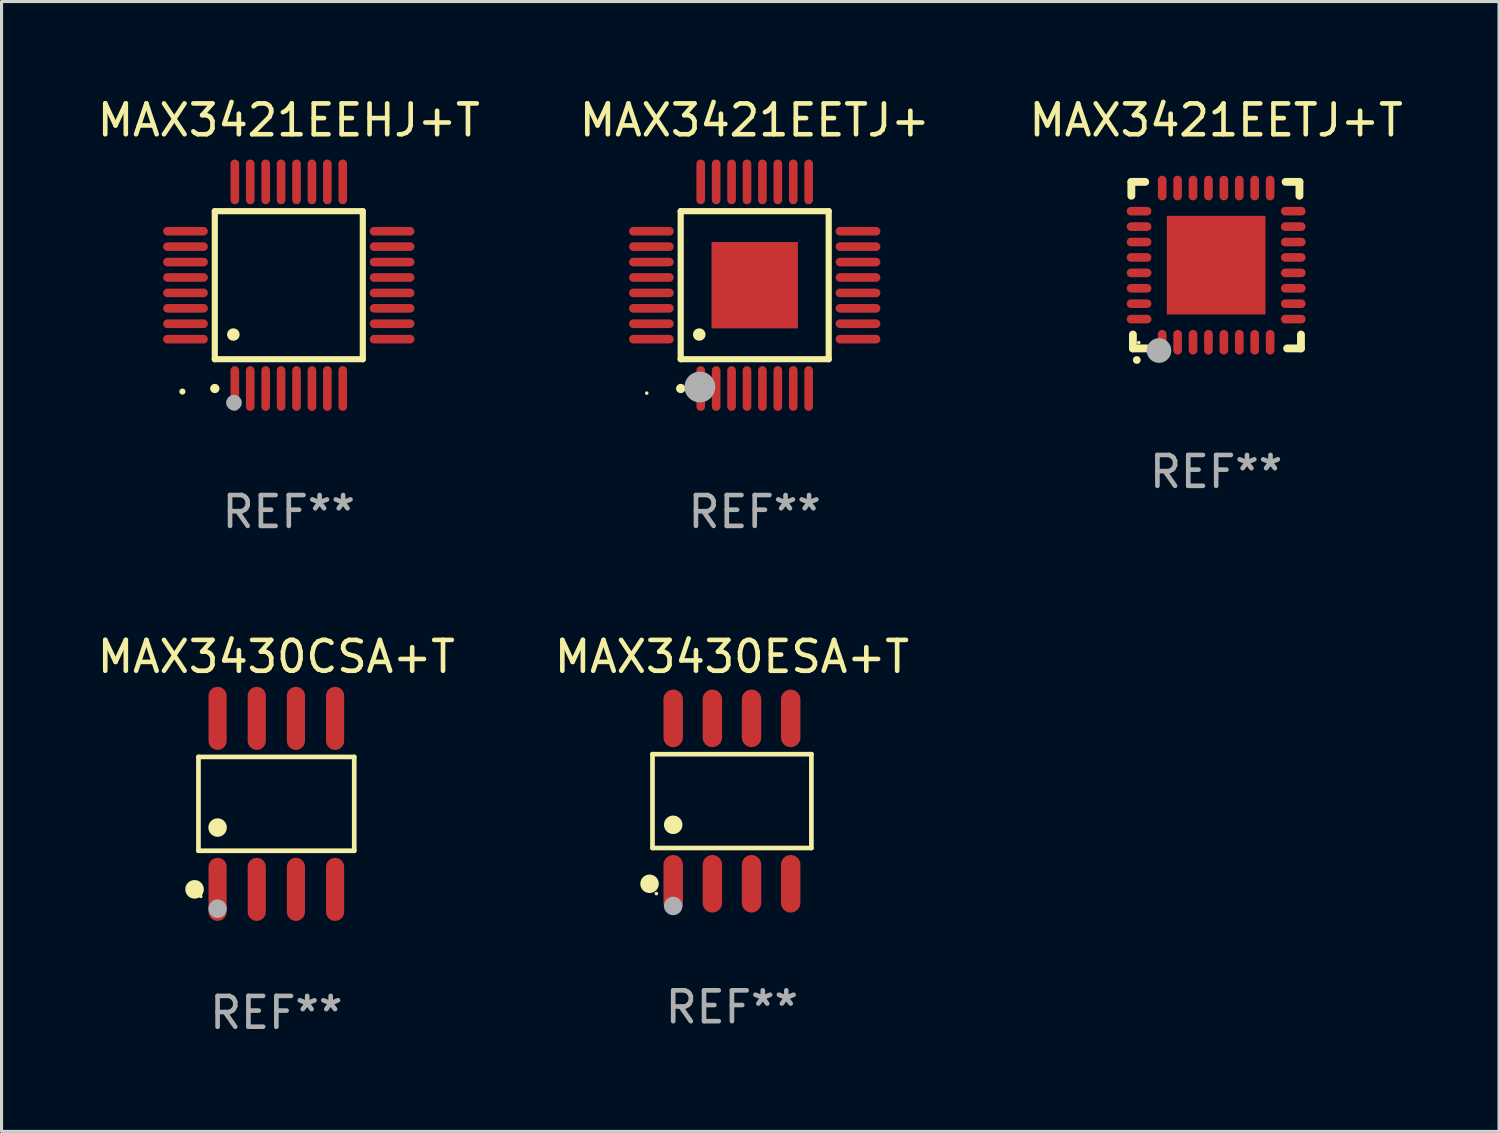
<source format=kicad_pcb>
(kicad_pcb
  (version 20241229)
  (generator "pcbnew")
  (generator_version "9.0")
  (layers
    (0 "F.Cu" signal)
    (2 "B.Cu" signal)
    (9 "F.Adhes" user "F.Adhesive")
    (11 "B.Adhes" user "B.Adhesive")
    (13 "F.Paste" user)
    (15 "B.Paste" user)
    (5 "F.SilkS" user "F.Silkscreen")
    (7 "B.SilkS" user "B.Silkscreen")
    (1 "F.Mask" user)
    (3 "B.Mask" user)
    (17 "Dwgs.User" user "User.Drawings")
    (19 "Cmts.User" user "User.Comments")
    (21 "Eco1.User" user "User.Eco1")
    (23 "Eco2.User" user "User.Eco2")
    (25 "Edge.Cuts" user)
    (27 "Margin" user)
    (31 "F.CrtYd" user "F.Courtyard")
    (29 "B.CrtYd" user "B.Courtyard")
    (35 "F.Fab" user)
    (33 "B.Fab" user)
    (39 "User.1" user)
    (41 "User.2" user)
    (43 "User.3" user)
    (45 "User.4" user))
  (footprint "MAX3430ESA+T"
    (layer "F.Cu")
    (at 20.685 22.927)
    (property "Reference" "MAX3430ESA+T" (at 0 -4.682 0) (layer "F.SilkS") (effects (font (size 1 1) (thickness 0.15))))
    (attr through_hole)
    (fp_line (start -2.576 -1.521) (end 2.576 -1.521) (stroke (width 0.152) (type solid)) (layer "F.SilkS"))
    (fp_line (start -2.576 1.521) (end -2.576 -1.521) (stroke (width 0.152) (type solid)) (layer "F.SilkS"))
    (fp_line (start 2.576 -1.521) (end 2.576 1.521) (stroke (width 0.152) (type solid)) (layer "F.SilkS"))
    (fp_line (start 2.576 1.521) (end -2.576 1.521) (stroke (width 0.152) (type solid)) (layer "F.SilkS"))
    (fp_circle (center -2.672 2.682) (end -2.522 2.682) (stroke (width 0.3) (type solid)) (fill no) (layer "F.SilkS"))
    (fp_circle (center -2.45 3) (end -2.42 3) (stroke (width 0.06) (type solid)) (fill no) (layer "F.SilkS"))
    (fp_circle (center -1.905 0.769) (end -1.755 0.769) (stroke (width 0.3) (type solid)) (fill no) (layer "F.SilkS"))
    (fp_circle (center -1.905 3.4) (end -1.755 3.4) (stroke (width 0.3) (type solid)) (fill no) (layer "F.Fab"))
    (fp_text user "REF**" (at 0 6.682 0) (layer "F.Fab") (effects (font (size 1 1) (thickness 0.15))))
    (pad "1" smd oval (at -1.905 2.682) (size 0.63 1.865) (layers "F.Cu" "F.Mask" "F.Paste"))
    (pad "2" smd oval (at -0.635 2.682) (size 0.63 1.865) (layers "F.Cu" "F.Mask" "F.Paste"))
    (pad "3" smd oval (at 0.635 2.682) (size 0.63 1.865) (layers "F.Cu" "F.Mask" "F.Paste"))
    (pad "4" smd oval (at 1.905 2.682) (size 0.63 1.865) (layers "F.Cu" "F.Mask" "F.Paste"))
    (pad "5" smd oval (at 1.905 -2.682) (size 0.63 1.865) (layers "F.Cu" "F.Mask" "F.Paste"))
    (pad "6" smd oval (at 0.635 -2.682) (size 0.63 1.865) (layers "F.Cu" "F.Mask" "F.Paste"))
    (pad "7" smd oval (at -0.635 -2.682) (size 0.63 1.865) (layers "F.Cu" "F.Mask" "F.Paste"))
    (pad "8" smd oval (at -1.905 -2.682) (size 0.63 1.865) (layers "F.Cu" "F.Mask" "F.Paste")))
  (footprint "MAX3421EEHJ+T"
    (layer "F.Cu")
    (at 6.315 6.198)
    (property "Reference" "MAX3421EEHJ+T" (at 0 -5.35 0) (layer "F.SilkS") (effects (font (size 1 1) (thickness 0.15))))
    (attr through_hole)
    (fp_line (start -2.4 -2.4) (end -2.4 2.4) (stroke (width 0.2) (type solid)) (layer "F.SilkS"))
    (fp_line (start -2.4 2.4) (end 2.4 2.4) (stroke (width 0.2) (type solid)) (layer "F.SilkS"))
    (fp_line (start 2.4 -2.4) (end -2.4 -2.4) (stroke (width 0.2) (type solid)) (layer "F.SilkS"))
    (fp_line (start 2.4 2.4) (end 2.4 -2.4) (stroke (width 0.2) (type solid)) (layer "F.SilkS"))
    (fp_arc (start -2.400305 3.350267) (mid -2.399035 3.350262) (end -2.397765 3.350267) (stroke (width 0.3) (type solid)) (layer "F.SilkS"))
    (fp_arc (start -1.800864 1.600203) (mid -1.798324 1.600187) (end -1.795784 1.600203) (stroke (width 0.4) (type solid)) (layer "F.SilkS"))
    (fp_circle (center -3.45 3.45) (end -3.4 3.45) (stroke (width 0.1) (type solid)) (fill no) (layer "F.SilkS"))
    (fp_circle (center -1.778 3.81) (end -1.651 3.81) (stroke (width 0.254) (type solid)) (fill no) (layer "F.Fab"))
    (fp_text user "REF**" (at 0 7.35 0) (layer "F.Fab") (effects (font (size 1 1) (thickness 0.15))))
    (pad "1" smd oval (at -1.75 3.35) (size 0.28 1.45) (layers "F.Cu" "F.Mask" "F.Paste"))
    (pad "2" smd oval (at -1.25 3.35) (size 0.28 1.45) (layers "F.Cu" "F.Mask" "F.Paste"))
    (pad "3" smd oval (at -0.75 3.35) (size 0.28 1.45) (layers "F.Cu" "F.Mask" "F.Paste"))
    (pad "4" smd oval (at -0.25 3.35) (size 0.28 1.45) (layers "F.Cu" "F.Mask" "F.Paste"))
    (pad "5" smd oval (at 0.25 3.35) (size 0.28 1.45) (layers "F.Cu" "F.Mask" "F.Paste"))
    (pad "6" smd oval (at 0.75 3.35) (size 0.28 1.45) (layers "F.Cu" "F.Mask" "F.Paste"))
    (pad "7" smd oval (at 1.25 3.35) (size 0.28 1.45) (layers "F.Cu" "F.Mask" "F.Paste"))
    (pad "8" smd oval (at 1.75 3.35) (size 0.28 1.45) (layers "F.Cu" "F.Mask" "F.Paste"))
    (pad "9" smd oval (at 3.35 1.75) (size 1.45 0.28) (layers "F.Cu" "F.Mask" "F.Paste"))
    (pad "10" smd oval (at 3.35 1.25) (size 1.45 0.28) (layers "F.Cu" "F.Mask" "F.Paste"))
    (pad "11" smd oval (at 3.35 0.75) (size 1.45 0.28) (layers "F.Cu" "F.Mask" "F.Paste"))
    (pad "12" smd oval (at 3.35 0.25) (size 1.45 0.28) (layers "F.Cu" "F.Mask" "F.Paste"))
    (pad "13" smd oval (at 3.35 -0.25) (size 1.45 0.28) (layers "F.Cu" "F.Mask" "F.Paste"))
    (pad "14" smd oval (at 3.35 -0.75) (size 1.45 0.28) (layers "F.Cu" "F.Mask" "F.Paste"))
    (pad "15" smd oval (at 3.35 -1.25) (size 1.45 0.28) (layers "F.Cu" "F.Mask" "F.Paste"))
    (pad "16" smd oval (at 3.35 -1.75) (size 1.45 0.28) (layers "F.Cu" "F.Mask" "F.Paste"))
    (pad "17" smd oval (at 1.75 -3.35) (size 0.28 1.45) (layers "F.Cu" "F.Mask" "F.Paste"))
    (pad "18" smd oval (at 1.25 -3.35) (size 0.28 1.45) (layers "F.Cu" "F.Mask" "F.Paste"))
    (pad "19" smd oval (at 0.75 -3.35) (size 0.28 1.45) (layers "F.Cu" "F.Mask" "F.Paste"))
    (pad "20" smd oval (at 0.25 -3.35) (size 0.28 1.45) (layers "F.Cu" "F.Mask" "F.Paste"))
    (pad "21" smd oval (at -0.25 -3.35) (size 0.28 1.45) (layers "F.Cu" "F.Mask" "F.Paste"))
    (pad "22" smd oval (at -0.75 -3.35) (size 0.28 1.45) (layers "F.Cu" "F.Mask" "F.Paste"))
    (pad "23" smd oval (at -1.25 -3.35) (size 0.28 1.45) (layers "F.Cu" "F.Mask" "F.Paste"))
    (pad "24" smd oval (at -1.75 -3.35) (size 0.28 1.45) (layers "F.Cu" "F.Mask" "F.Paste"))
    (pad "25" smd oval (at -3.35 -1.75) (size 1.45 0.28) (layers "F.Cu" "F.Mask" "F.Paste"))
    (pad "26" smd oval (at -3.35 -1.25) (size 1.45 0.28) (layers "F.Cu" "F.Mask" "F.Paste"))
    (pad "27" smd oval (at -3.35 -0.75) (size 1.45 0.28) (layers "F.Cu" "F.Mask" "F.Paste"))
    (pad "28" smd oval (at -3.35 -0.25) (size 1.45 0.28) (layers "F.Cu" "F.Mask" "F.Paste"))
    (pad "29" smd oval (at -3.35 0.25) (size 1.45 0.28) (layers "F.Cu" "F.Mask" "F.Paste"))
    (pad "30" smd oval (at -3.35 0.75) (size 1.45 0.28) (layers "F.Cu" "F.Mask" "F.Paste"))
    (pad "31" smd oval (at -3.35 1.25) (size 1.45 0.28) (layers "F.Cu" "F.Mask" "F.Paste"))
    (pad "32" smd oval (at -3.35 1.75) (size 1.45 0.28) (layers "F.Cu" "F.Mask" "F.Paste")))
  (footprint "MAX3421EETJ+"
    (layer "F.Cu")
    (at 21.423 6.198)
    (property "Reference" "MAX3421EETJ+" (at 0 -5.35 0) (layer "F.SilkS") (effects (font (size 1 1) (thickness 0.15))))
    (attr through_hole)
    (fp_line (start -2.4 -2.4) (end -2.4 2.4) (stroke (width 0.2) (type solid)) (layer "F.SilkS"))
    (fp_line (start -2.4 2.4) (end 2.4 2.4) (stroke (width 0.2) (type solid)) (layer "F.SilkS"))
    (fp_line (start 2.4 -2.4) (end -2.4 -2.4) (stroke (width 0.2) (type solid)) (layer "F.SilkS"))
    (fp_line (start 2.4 2.4) (end 2.4 -2.4) (stroke (width 0.2) (type solid)) (layer "F.SilkS"))
    (fp_arc (start -2.400305 3.350267) (mid -2.399035 3.350262) (end -2.397765 3.350267) (stroke (width 0.3) (type solid)) (layer "F.SilkS"))
    (fp_arc (start -1.800864 1.600203) (mid -1.798324 1.600187) (end -1.795784 1.600203) (stroke (width 0.4) (type solid)) (layer "F.SilkS"))
    (fp_circle (center -3.5 3.5) (end -3.47 3.5) (stroke (width 0.06) (type solid)) (fill no) (layer "F.SilkS"))
    (fp_circle (center -1.778 3.302) (end -1.528 3.302) (stroke (width 0.5) (type solid)) (fill no) (layer "F.Fab"))
    (fp_text user "REF**" (at 0 7.35 0) (layer "F.Fab") (effects (font (size 1 1) (thickness 0.15))))
    (pad "1" smd oval (at -1.75 3.35 90) (size 1.45 0.28) (layers "F.Cu" "F.Mask" "F.Paste"))
    (pad "2" smd oval (at -1.25 3.35 90) (size 1.45 0.28) (layers "F.Cu" "F.Mask" "F.Paste"))
    (pad "3" smd oval (at -0.75 3.35 90) (size 1.45 0.28) (layers "F.Cu" "F.Mask" "F.Paste"))
    (pad "4" smd oval (at -0.25 3.35 90) (size 1.45 0.28) (layers "F.Cu" "F.Mask" "F.Paste"))
    (pad "5" smd oval (at 0.25 3.35 90) (size 1.45 0.28) (layers "F.Cu" "F.Mask" "F.Paste"))
    (pad "6" smd oval (at 0.75 3.35 90) (size 1.45 0.28) (layers "F.Cu" "F.Mask" "F.Paste"))
    (pad "7" smd oval (at 1.25 3.35 90) (size 1.45 0.28) (layers "F.Cu" "F.Mask" "F.Paste"))
    (pad "8" smd oval (at 1.75 3.35 90) (size 1.45 0.28) (layers "F.Cu" "F.Mask" "F.Paste"))
    (pad "9" smd oval (at 3.35 1.75 180) (size 1.45 0.28) (layers "F.Cu" "F.Mask" "F.Paste"))
    (pad "10" smd oval (at 3.35 1.25 180) (size 1.45 0.28) (layers "F.Cu" "F.Mask" "F.Paste"))
    (pad "11" smd oval (at 3.35 0.75 180) (size 1.45 0.28) (layers "F.Cu" "F.Mask" "F.Paste"))
    (pad "12" smd oval (at 3.35 0.25 180) (size 1.45 0.28) (layers "F.Cu" "F.Mask" "F.Paste"))
    (pad "13" smd oval (at 3.35 -0.25 180) (size 1.45 0.28) (layers "F.Cu" "F.Mask" "F.Paste"))
    (pad "14" smd oval (at 3.35 -0.75 180) (size 1.45 0.28) (layers "F.Cu" "F.Mask" "F.Paste"))
    (pad "15" smd oval (at 3.35 -1.25 180) (size 1.45 0.28) (layers "F.Cu" "F.Mask" "F.Paste"))
    (pad "16" smd oval (at 3.35 -1.75 180) (size 1.45 0.28) (layers "F.Cu" "F.Mask" "F.Paste"))
    (pad "17" smd oval (at 1.75 -3.35 270) (size 1.45 0.28) (layers "F.Cu" "F.Mask" "F.Paste"))
    (pad "18" smd oval (at 1.25 -3.35 270) (size 1.45 0.28) (layers "F.Cu" "F.Mask" "F.Paste"))
    (pad "19" smd oval (at 0.75 -3.35 270) (size 1.45 0.28) (layers "F.Cu" "F.Mask" "F.Paste"))
    (pad "20" smd oval (at 0.25 -3.35 270) (size 1.45 0.28) (layers "F.Cu" "F.Mask" "F.Paste"))
    (pad "21" smd oval (at -0.25 -3.35 270) (size 1.45 0.28) (layers "F.Cu" "F.Mask" "F.Paste"))
    (pad "22" smd oval (at -0.75 -3.35 270) (size 1.45 0.28) (layers "F.Cu" "F.Mask" "F.Paste"))
    (pad "23" smd oval (at -1.25 -3.35 270) (size 1.45 0.28) (layers "F.Cu" "F.Mask" "F.Paste"))
    (pad "24" smd oval (at -1.75 -3.35 270) (size 1.45 0.28) (layers "F.Cu" "F.Mask" "F.Paste"))
    (pad "25" smd oval (at -3.35 -1.75) (size 1.45 0.28) (layers "F.Cu" "F.Mask" "F.Paste"))
    (pad "26" smd oval (at -3.35 -1.25) (size 1.45 0.28) (layers "F.Cu" "F.Mask" "F.Paste"))
    (pad "27" smd oval (at -3.35 -0.75) (size 1.45 0.28) (layers "F.Cu" "F.Mask" "F.Paste"))
    (pad "28" smd oval (at -3.35 -0.25) (size 1.45 0.28) (layers "F.Cu" "F.Mask" "F.Paste"))
    (pad "29" smd oval (at -3.35 0.25) (size 1.45 0.28) (layers "F.Cu" "F.Mask" "F.Paste"))
    (pad "30" smd oval (at -3.35 0.75) (size 1.45 0.28) (layers "F.Cu" "F.Mask" "F.Paste"))
    (pad "31" smd oval (at -3.35 1.25) (size 1.45 0.28) (layers "F.Cu" "F.Mask" "F.Paste"))
    (pad "32" smd oval (at -3.35 1.75) (size 1.45 0.28) (layers "F.Cu" "F.Mask" "F.Paste"))
    (pad "33" smd rect (at 0 0) (size 2.8 2.8) (layers "F.Cu" "F.Mask" "F.Paste")))
  (footprint "MAX3421EETJ+T"
    (layer "F.Cu")
    (at 36.387 5.548)
    (property "Reference" "MAX3421EETJ+T" (at 0 -4.7 0) (layer "F.SilkS") (effects (font (size 1 1) (thickness 0.15))))
    (attr through_hole)
    (fp_line (start -2.75 -2.7) (end -2.75 -2.25) (stroke (width 0.254) (type solid)) (layer "F.SilkS"))
    (fp_line (start -2.7 2.7) (end -2.7 2.25) (stroke (width 0.254) (type solid)) (layer "F.SilkS"))
    (fp_line (start -2.3 -2.7) (end -2.75 -2.7) (stroke (width 0.254) (type solid)) (layer "F.SilkS"))
    (fp_line (start -2.25 2.7) (end -2.7 2.7) (stroke (width 0.254) (type solid)) (layer "F.SilkS"))
    (fp_line (start 2.3 2.7) (end 2.75 2.7) (stroke (width 0.254) (type solid)) (layer "F.SilkS"))
    (fp_line (start 2.7 -2.7) (end 2.25 -2.7) (stroke (width 0.254) (type solid)) (layer "F.SilkS"))
    (fp_line (start 2.7 -2.25) (end 2.7 -2.7) (stroke (width 0.254) (type solid)) (layer "F.SilkS"))
    (fp_line (start 2.75 2.7) (end 2.75 2.25) (stroke (width 0.254) (type solid)) (layer "F.SilkS"))
    (fp_arc (start -2.575565 3.075946) (mid -2.574295 3.07594) (end -2.573025 3.075946) (stroke (width 0.25) (type solid)) (layer "F.SilkS"))
    (fp_circle (center -2.51 2.51) (end -2.48 2.51) (stroke (width 0.06) (type solid)) (fill no) (layer "F.SilkS"))
    (fp_circle (center -1.854 2.769) (end -1.654 2.769) (stroke (width 0.4) (type solid)) (fill no) (layer "F.Fab"))
    (fp_text user "REF**" (at 0 6.7 0) (layer "F.Fab") (effects (font (size 1 1) (thickness 0.15))))
    (pad "1" smd oval (at -1.75 2.5) (size 0.28 0.8) (layers "F.Cu" "F.Mask" "F.Paste"))
    (pad "2" smd oval (at -1.25 2.5) (size 0.28 0.8) (layers "F.Cu" "F.Mask" "F.Paste"))
    (pad "3" smd oval (at -0.75 2.5) (size 0.28 0.8) (layers "F.Cu" "F.Mask" "F.Paste"))
    (pad "4" smd oval (at -0.25 2.5) (size 0.28 0.8) (layers "F.Cu" "F.Mask" "F.Paste"))
    (pad "5" smd oval (at 0.25 2.5) (size 0.28 0.8) (layers "F.Cu" "F.Mask" "F.Paste"))
    (pad "6" smd oval (at 0.75 2.5) (size 0.28 0.8) (layers "F.Cu" "F.Mask" "F.Paste"))
    (pad "7" smd oval (at 1.25 2.5) (size 0.28 0.8) (layers "F.Cu" "F.Mask" "F.Paste"))
    (pad "8" smd oval (at 1.75 2.5) (size 0.28 0.8) (layers "F.Cu" "F.Mask" "F.Paste"))
    (pad "9" smd oval (at 2.5 1.75 90) (size 0.28 0.8) (layers "F.Cu" "F.Mask" "F.Paste"))
    (pad "10" smd oval (at 2.5 1.25 90) (size 0.28 0.8) (layers "F.Cu" "F.Mask" "F.Paste"))
    (pad "11" smd oval (at 2.5 0.75 90) (size 0.28 0.8) (layers "F.Cu" "F.Mask" "F.Paste"))
    (pad "12" smd oval (at 2.5 0.25 90) (size 0.28 0.8) (layers "F.Cu" "F.Mask" "F.Paste"))
    (pad "13" smd oval (at 2.5 -0.25 90) (size 0.28 0.8) (layers "F.Cu" "F.Mask" "F.Paste"))
    (pad "14" smd oval (at 2.5 -0.75 90) (size 0.28 0.8) (layers "F.Cu" "F.Mask" "F.Paste"))
    (pad "15" smd oval (at 2.5 -1.25 90) (size 0.28 0.8) (layers "F.Cu" "F.Mask" "F.Paste"))
    (pad "16" smd oval (at 2.5 -1.75 90) (size 0.28 0.8) (layers "F.Cu" "F.Mask" "F.Paste"))
    (pad "17" smd oval (at 1.75 -2.5 180) (size 0.28 0.8) (layers "F.Cu" "F.Mask" "F.Paste"))
    (pad "18" smd oval (at 1.25 -2.5 180) (size 0.28 0.8) (layers "F.Cu" "F.Mask" "F.Paste"))
    (pad "19" smd oval (at 0.75 -2.5 180) (size 0.28 0.8) (layers "F.Cu" "F.Mask" "F.Paste"))
    (pad "20" smd oval (at 0.25 -2.5 180) (size 0.28 0.8) (layers "F.Cu" "F.Mask" "F.Paste"))
    (pad "21" smd oval (at -0.25 -2.5 180) (size 0.28 0.8) (layers "F.Cu" "F.Mask" "F.Paste"))
    (pad "22" smd oval (at -0.75 -2.5 180) (size 0.28 0.8) (layers "F.Cu" "F.Mask" "F.Paste"))
    (pad "23" smd oval (at -1.25 -2.5 180) (size 0.28 0.8) (layers "F.Cu" "F.Mask" "F.Paste"))
    (pad "24" smd oval (at -1.75 -2.5 180) (size 0.28 0.8) (layers "F.Cu" "F.Mask" "F.Paste"))
    (pad "25" smd oval (at -2.5 -1.75 270) (size 0.28 0.8) (layers "F.Cu" "F.Mask" "F.Paste"))
    (pad "26" smd oval (at -2.5 -1.25 270) (size 0.28 0.8) (layers "F.Cu" "F.Mask" "F.Paste"))
    (pad "27" smd oval (at -2.5 -0.75 270) (size 0.28 0.8) (layers "F.Cu" "F.Mask" "F.Paste"))
    (pad "28" smd oval (at -2.5 -0.25 270) (size 0.28 0.8) (layers "F.Cu" "F.Mask" "F.Paste"))
    (pad "29" smd oval (at -2.5 0.25 270) (size 0.28 0.8) (layers "F.Cu" "F.Mask" "F.Paste"))
    (pad "30" smd oval (at -2.5 0.75 270) (size 0.28 0.8) (layers "F.Cu" "F.Mask" "F.Paste"))
    (pad "31" smd oval (at -2.5 1.25 270) (size 0.28 0.8) (layers "F.Cu" "F.Mask" "F.Paste"))
    (pad "32" smd oval (at -2.5 1.75 270) (size 0.28 0.8) (layers "F.Cu" "F.Mask" "F.Paste"))
    (pad "33" smd rect (at 0.000076 0.000076) (size 3.2 3.2) (layers "F.Cu" "F.Mask" "F.Paste")))
  (footprint "MAX3430CSA+T"
    (layer "F.Cu")
    (at 5.911 23.017)
    (property "Reference" "MAX3430CSA+T" (at 0 -4.772 0) (layer "F.SilkS") (effects (font (size 1 1) (thickness 0.15))))
    (attr through_hole)
    (fp_line (start -2.526 -1.521) (end 2.526 -1.521) (stroke (width 0.152) (type solid)) (layer "F.SilkS"))
    (fp_line (start -2.526 1.521) (end -2.526 -1.521) (stroke (width 0.152) (type solid)) (layer "F.SilkS"))
    (fp_line (start 2.526 -1.521) (end 2.526 1.521) (stroke (width 0.152) (type solid)) (layer "F.SilkS"))
    (fp_line (start 2.526 1.521) (end -2.526 1.521) (stroke (width 0.152) (type solid)) (layer "F.SilkS"))
    (fp_circle (center -2.652 2.772) (end -2.501 2.772) (stroke (width 0.3) (type solid)) (fill no) (layer "F.SilkS"))
    (fp_circle (center -2.45 3) (end -2.42 3) (stroke (width 0.06) (type solid)) (fill no) (layer "F.SilkS"))
    (fp_circle (center -1.905 0.769) (end -1.755 0.769) (stroke (width 0.3) (type solid)) (fill no) (layer "F.SilkS"))
    (fp_circle (center -1.905 3.4) (end -1.755 3.4) (stroke (width 0.3) (type solid)) (fill no) (layer "F.Fab"))
    (fp_text user "REF**" (at 0 6.772 0) (layer "F.Fab") (effects (font (size 1 1) (thickness 0.15))))
    (pad "1" smd oval (at -1.905 2.772) (size 0.588 2.045) (layers "F.Cu" "F.Mask" "F.Paste"))
    (pad "2" smd oval (at -0.635 2.772) (size 0.588 2.045) (layers "F.Cu" "F.Mask" "F.Paste"))
    (pad "3" smd oval (at 0.635 2.772) (size 0.588 2.045) (layers "F.Cu" "F.Mask" "F.Paste"))
    (pad "4" smd oval (at 1.905 2.772) (size 0.588 2.045) (layers "F.Cu" "F.Mask" "F.Paste"))
    (pad "5" smd oval (at 1.905 -2.772) (size 0.588 2.045) (layers "F.Cu" "F.Mask" "F.Paste"))
    (pad "6" smd oval (at 0.635 -2.772) (size 0.588 2.045) (layers "F.Cu" "F.Mask" "F.Paste"))
    (pad "7" smd oval (at -0.635 -2.772) (size 0.588 2.045) (layers "F.Cu" "F.Mask" "F.Paste"))
    (pad "8" smd oval (at -1.905 -2.772) (size 0.588 2.045) (layers "F.Cu" "F.Mask" "F.Paste")))
  (gr_rect
    (start -3 -3)
    (end 45.56 33.638)
    (stroke (width 0.1) (type default))
    (fill no)
    (layer "Edge.Cuts")))
</source>
